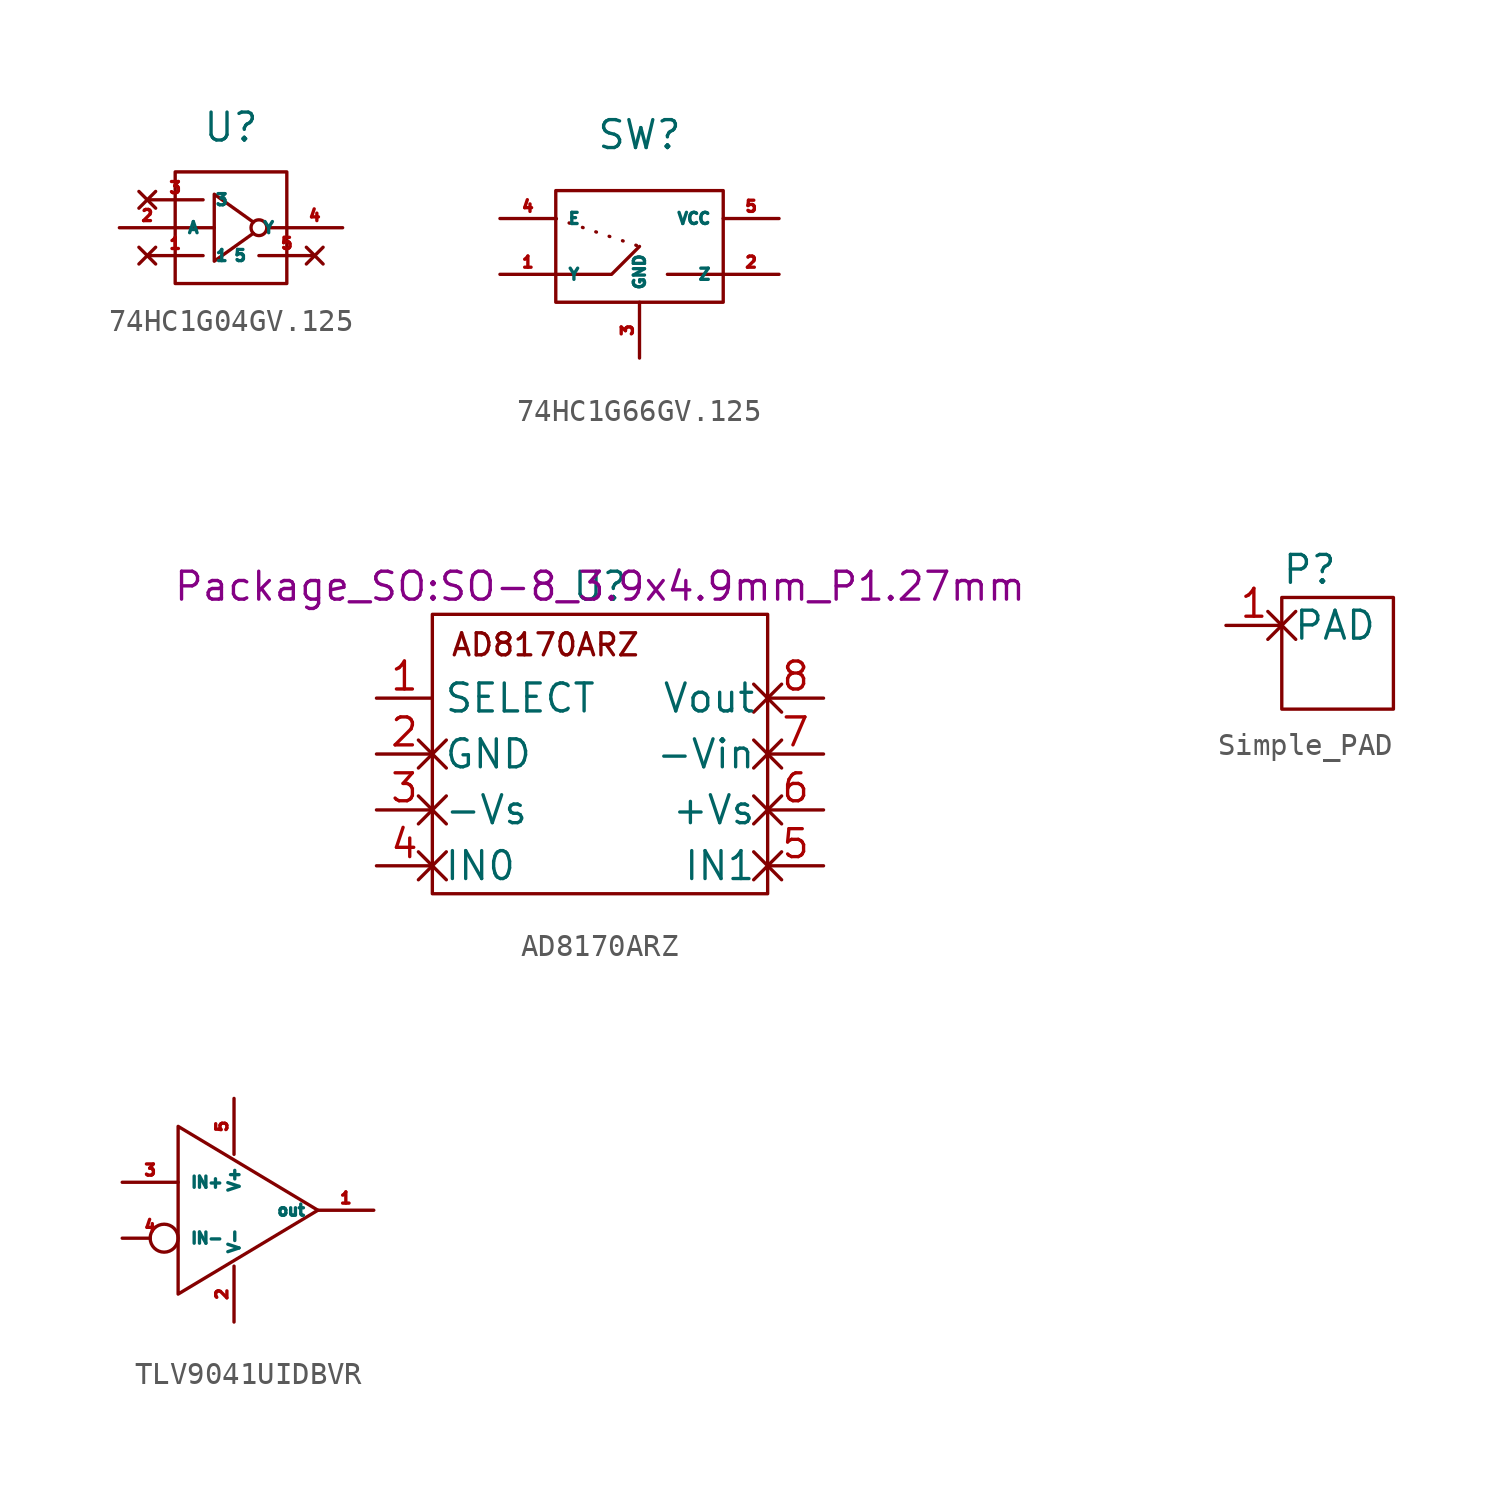
<source format=kicad_sym>
(kicad_symbol_lib
  (version 20231120)
  (generator "kicad_symbol_editor")
  (generator_version "8.0")
  (symbol "74HC1G04GV.125"
    (property "Reference" "U"
      (at 0 4.572 0)
      (effects (font (size 1.27 1.27))))
    (property "Value" ""
      (at 0 0 0)
      (effects (font (size 1.27 1.27))))
    (symbol "74HC1G04GV.125_0_1"
      (rectangle (start -2.54 2.54) (end 2.54 -2.54) (stroke (width 0) (type default)) (fill (type none)))
      (polyline (pts (xy -2.54 0) (xy -0.762 0)) (stroke (width 0) (type default)) (fill (type none)))
      (polyline (pts (xy 1.778 0) (xy 2.54 0)) (stroke (width 0) (type default)) (fill (type none)))
      (polyline (pts (xy 1.016 -0.254) (xy -0.762 -1.524) (xy -0.762 1.524) (xy 1.016 0.254)) (stroke (width 0) (type default)) (fill (type none)))
      (circle (center 1.27 0) (radius 0.359) (stroke (width 0) (type default)) (fill (type none))))
    (symbol "74HC1G04GV.125_1_1"
      (pin no_connect line (at -3.81 -1.27 0) (length 2.54) (name "1" (effects (font (size 0.508 0.508)))) (number "1" (effects (font (size 0.508 0.508)))))
      (pin input line (at -5.08 0 0) (length 2.54) (name "A" (effects (font (size 0.508 0.508)))) (number "2" (effects (font (size 0.508 0.508)))))
      (pin no_connect line (at -3.81 1.27 0) (length 2.54) (name "3" (effects (font (size 0.508 0.508)))) (number "3" (effects (font (size 0.508 0.508)))))
      (pin output line (at 5.08 0 180) (length 2.54) (name "Y" (effects (font (size 0.508 0.508)))) (number "4" (effects (font (size 0.508 0.508)))))
      (pin no_connect line (at 3.81 -1.27 180) (length 2.54) (name "5" (effects (font (size 0.508 0.508)))) (number "5" (effects (font (size 0.508 0.508)))))))
  (symbol "74HC1G66GV.125"
    (property "Reference" "SW"
      (at 0 0 0)
      (effects (font (size 1.27 1.27))))
    (property "Value" ""
      (at 0 0 0)
      (effects (font (size 1.27 1.27))))
    (symbol "74HC1G66GV.125_0_1"
      (rectangle (start -3.81 -2.54) (end 3.81 -7.62) (stroke (width 0) (type default)) (fill (type none)))
      (polyline (pts (xy 3.81 -6.35) (xy 1.27 -6.35)) (stroke (width 0) (type default)) (fill (type none)))
      (polyline (pts (xy -3.81 -6.35) (xy -1.27 -6.35) (xy 0 -5.08)) (stroke (width 0) (type default)) (fill (type none))))
    (symbol "74HC1G66GV.125_1_1"
      (polyline (pts (xy -3.81 -3.81) (xy 0 -5.08)) (stroke (width 0) (type dot)) (fill (type none)))
      (pin bidirectional line (at -6.35 -6.35 0) (length 2.54) (name "Y" (effects (font (size 0.508 0.508)))) (number "1" (effects (font (size 0.508 0.508)))))
      (pin bidirectional line (at 6.35 -6.35 180) (length 2.54) (name "Z" (effects (font (size 0.508 0.508)))) (number "2" (effects (font (size 0.508 0.508)))))
      (pin power_in line (at 0 -10.16 90) (length 2.54) (name "GND" (effects (font (size 0.508 0.508)))) (number "3" (effects (font (size 0.508 0.508)))))
      (pin input line (at -6.35 -3.81 0) (length 2.54) (name "E" (effects (font (size 0.508 0.508)))) (number "4" (effects (font (size 0.508 0.508)))))
      (pin power_in line (at 6.35 -3.81 180) (length 2.54) (name "VCC" (effects (font (size 0.508 0.508)))) (number "5" (effects (font (size 0.508 0.508)))))))
  (symbol "AD8170ARZ"
    (property "Reference" "U"
      (at 0 0 0)
      (effects (font (size 1.27 1.27))))
    (property "Value" ""
      (at 0 0 0)
      (effects (font (size 1.27 1.27))))
    (property "Footprint" "Package_SO:SO-8_3.9x4.9mm_P1.27mm"
      (at 0 0 0)
      (effects (font (size 1.27 1.27))))
    (symbol "AD8170ARZ_1_1"
      (text_box "AD8170ARZ" (at -7.62 -1.27 0) (size 15.24 -12.7) (stroke (width 0) (type default)) (fill (type none)) (effects (font (size 1 1)) (justify left top)))
      (pin input line (at -10.16 -5.08 0) (length 2.54) (name "SELECT" (effects (font (size 1.27 1.27)))) (number "1" (effects (font (size 1.27 1.27)))))
      (pin bidirectional non_logic (at -10.16 -7.62 0) (length 2.54) (name "GND" (effects (font (size 1.27 1.27)))) (number "2" (effects (font (size 1.27 1.27)))))
      (pin input non_logic (at -10.16 -10.16 0) (length 2.54) (name "-Vs" (effects (font (size 1.27 1.27)))) (number "3" (effects (font (size 1.27 1.27)))))
      (pin input non_logic (at -10.16 -12.7 0) (length 2.54) (name "IN0" (effects (font (size 1.27 1.27)))) (number "4" (effects (font (size 1.27 1.27)))))
      (pin input non_logic (at 10.16 -12.7 180) (length 2.54) (name "IN1" (effects (font (size 1.27 1.27)))) (number "5" (effects (font (size 1.27 1.27)))))
      (pin input non_logic (at 10.16 -10.16 180) (length 2.54) (name "+Vs" (effects (font (size 1.27 1.27)))) (number "6" (effects (font (size 1.27 1.27)))))
      (pin input non_logic (at 10.16 -7.62 180) (length 2.54) (name "-Vin" (effects (font (size 1.27 1.27)))) (number "7" (effects (font (size 1.27 1.27)))))
      (pin output non_logic (at 10.16 -5.08 180) (length 2.54) (name "Vout" (effects (font (size 1.27 1.27)))) (number "8" (effects (font (size 1.27 1.27)))))))
  (symbol "Simple_PAD"
    (property "Reference" "P"
      (at 0 0 0)
      (effects (font (size 1.27 1.27))))
    (property "Value" ""
      (at 0 0 0)
      (effects (font (size 1.27 1.27))))
    (symbol "Simple_PAD_0_1"
      (rectangle (start -1.27 -1.27) (end 3.81 -6.35) (stroke (width 0) (type default)) (fill (type none))))
    (symbol "Simple_PAD_1_1"
      (pin bidirectional non_logic (at -3.81 -2.54 0) (length 2.54) (name "PAD" (effects (font (size 1.27 1.27)))) (number "1" (effects (font (size 1.27 1.27)))))))
  (symbol "TLV9041UIDBVR"
    (property "Reference" "A"
      (at 0 0 0)
      (effects (font (size 1.27 1.27)) (hide yes)))
    (symbol "TLV9041UIDBVR_0_1"
      (polyline (pts (xy -3.81 0) (xy -3.81 -7.62) (xy 2.54 -3.81) (xy -3.81 0)) (stroke (width 0) (type default)) (fill (type none))))
    (symbol "TLV9041UIDBVR_1_1"
      (pin output line (at 5.08 -3.81 180) (length 2.54) (name "out" (effects (font (size 0.508 0.508)))) (number "1" (effects (font (size 0.508 0.508)))))
      (pin input line (at -1.27 -8.89 90) (length 2.54) (name "V-" (effects (font (size 0.508 0.508)))) (number "2" (effects (font (size 0.508 0.508)))))
      (pin input line (at -6.35 -2.54 0) (length 2.54) (name "IN+" (effects (font (size 0.508 0.508)))) (number "3" (effects (font (size 0.508 0.508)))))
      (pin input inverted (at -6.35 -5.08 0) (length 2.54) (name "IN-" (effects (font (size 0.508 0.508)))) (number "4" (effects (font (size 0.508 0.508)))))
      (pin input line (at -1.27 1.27 270) (length 2.54) (name "V+" (effects (font (size 0.508 0.508)))) (number "5" (effects (font (size 0.508 0.508))))))))
</source>
